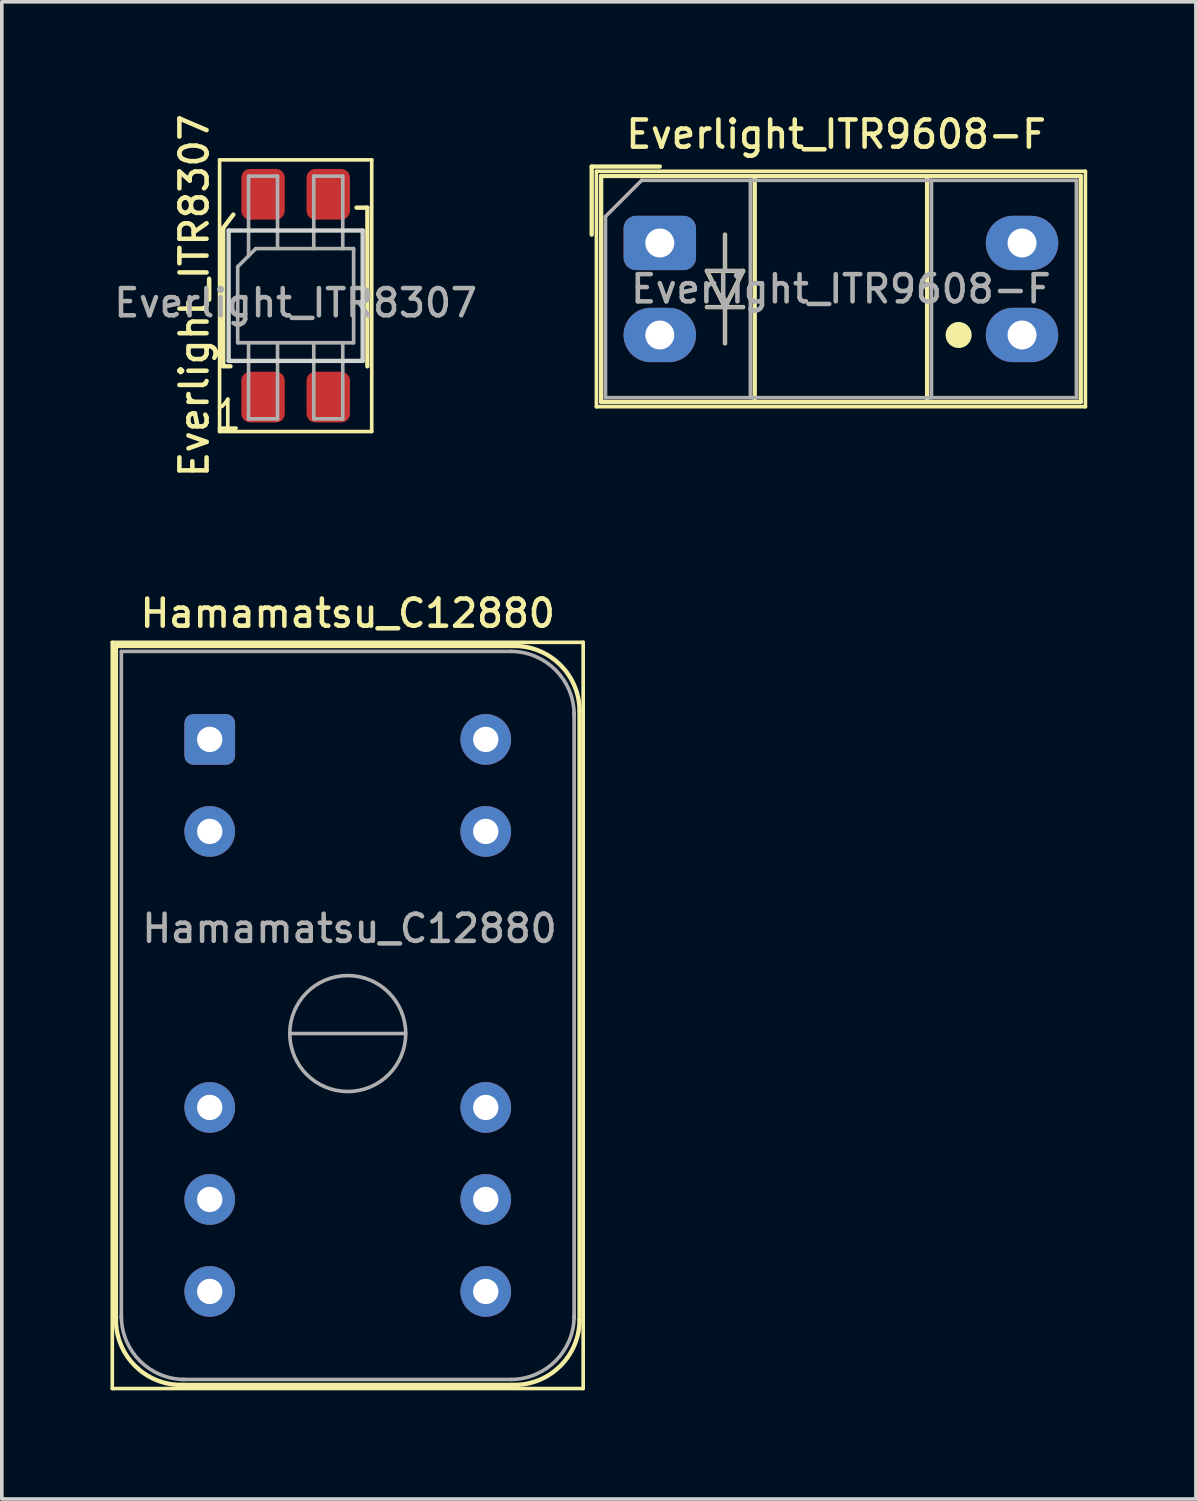
<source format=kicad_pcb>
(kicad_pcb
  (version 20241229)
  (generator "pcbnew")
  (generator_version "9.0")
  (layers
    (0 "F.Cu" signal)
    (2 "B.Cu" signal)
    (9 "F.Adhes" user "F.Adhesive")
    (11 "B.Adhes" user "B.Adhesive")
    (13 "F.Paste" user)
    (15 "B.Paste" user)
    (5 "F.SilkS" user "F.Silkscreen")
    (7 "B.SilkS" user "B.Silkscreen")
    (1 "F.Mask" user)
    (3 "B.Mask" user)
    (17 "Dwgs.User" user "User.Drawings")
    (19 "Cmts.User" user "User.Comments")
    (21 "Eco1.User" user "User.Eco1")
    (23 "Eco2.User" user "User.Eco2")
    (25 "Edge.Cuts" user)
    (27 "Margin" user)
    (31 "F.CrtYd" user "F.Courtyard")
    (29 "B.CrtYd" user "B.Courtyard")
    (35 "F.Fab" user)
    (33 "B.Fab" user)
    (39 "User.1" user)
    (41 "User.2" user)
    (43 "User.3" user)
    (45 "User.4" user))
  (footprint "Everlight_ITR9608-F"
    (layer "F.Cu")
    (at 15.165 3.658)
    (property "Reference" "Everlight_ITR9608-F" (at -1 -3 180) (layer "F.SilkS") (effects (font (size 0.75 0.75) (thickness 0.125)) (justify left)))
    (attr through_hole)
    (fp_line (start -1.88 -2.11) (end -1.88 -0.23) (stroke (width 0.12) (type solid)) (layer "F.SilkS"))
    (fp_line (start -1.88 -2.11) (end 0 -2.11) (stroke (width 0.12) (type solid)) (layer "F.SilkS"))
    (fp_line (start -1.75 -1.98) (end 11.75 -1.98) (stroke (width 0.1) (type solid)) (layer "F.SilkS"))
    (fp_line (start -1.75 4.52) (end -1.75 -1.98) (stroke (width 0.1) (type solid)) (layer "F.SilkS"))
    (fp_line (start -1.62 -1.85) (end 11.62 -1.85) (stroke (width 0.12) (type solid)) (layer "F.SilkS"))
    (fp_line (start -1.62 4.39) (end -1.62 -1.85) (stroke (width 0.12) (type solid)) (layer "F.SilkS"))
    (fp_line (start 1.3 0.77) (end 1.8 1.77) (stroke (width 0.12) (type solid)) (layer "F.SilkS"))
    (fp_line (start 1.8 0.77) (end 1.8 -0.23) (stroke (width 0.12) (type solid)) (layer "F.SilkS"))
    (fp_line (start 1.8 1.77) (end 1.8 2.77) (stroke (width 0.12) (type solid)) (layer "F.SilkS"))
    (fp_line (start 1.8 1.77) (end 2.3 0.77) (stroke (width 0.12) (type solid)) (layer "F.SilkS"))
    (fp_line (start 2.3 0.77) (end 1.3 0.77) (stroke (width 0.12) (type solid)) (layer "F.SilkS"))
    (fp_line (start 2.3 1.77) (end 1.3 1.77) (stroke (width 0.12) (type solid)) (layer "F.SilkS"))
    (fp_line (start 2.62 4.37) (end 2.62 -1.85) (stroke (width 0.12) (type solid)) (layer "F.SilkS"))
    (fp_line (start 7.38 4.37) (end 7.38 -1.85) (stroke (width 0.12) (type solid)) (layer "F.SilkS"))
    (fp_line (start 11.62 -1.85) (end 11.62 4.39) (stroke (width 0.12) (type solid)) (layer "F.SilkS"))
    (fp_line (start 11.62 4.39) (end -1.62 4.39) (stroke (width 0.12) (type solid)) (layer "F.SilkS"))
    (fp_line (start 11.75 -1.98) (end 11.75 4.52) (stroke (width 0.1) (type solid)) (layer "F.SilkS"))
    (fp_line (start 11.75 4.52) (end -1.75 4.52) (stroke (width 0.1) (type solid)) (layer "F.SilkS"))
    (fp_circle (center 8.25 2.54) (end 8.55 2.54) (stroke (width 0.12) (type solid)) (fill yes) (layer "F.SilkS"))
    (fp_line (start -1.5 -0.73) (end -0.5 -1.73) (stroke (width 0.1) (type solid)) (layer "F.Fab"))
    (fp_line (start -1.5 4.27) (end -1.5 -0.73) (stroke (width 0.1) (type solid)) (layer "F.Fab"))
    (fp_line (start -0.5 -1.73) (end 11.5 -1.73) (stroke (width 0.1) (type solid)) (layer "F.Fab"))
    (fp_line (start 1.3 0.77) (end 1.8 1.77) (stroke (width 0.1) (type solid)) (layer "F.Fab"))
    (fp_line (start 1.8 0.77) (end 1.8 -0.23) (stroke (width 0.1) (type solid)) (layer "F.Fab"))
    (fp_line (start 1.8 1.77) (end 1.8 2.77) (stroke (width 0.1) (type solid)) (layer "F.Fab"))
    (fp_line (start 1.8 1.77) (end 2.3 0.77) (stroke (width 0.1) (type solid)) (layer "F.Fab"))
    (fp_line (start 2.3 0.77) (end 1.3 0.77) (stroke (width 0.1) (type solid)) (layer "F.Fab"))
    (fp_line (start 2.3 1.77) (end 1.3 1.77) (stroke (width 0.1) (type solid)) (layer "F.Fab"))
    (fp_line (start 2.5 -1.73) (end 2.5 4.27) (stroke (width 0.1) (type solid)) (layer "F.Fab"))
    (fp_line (start 7.5 -1.73) (end 7.5 4.27) (stroke (width 0.1) (type solid)) (layer "F.Fab"))
    (fp_line (start 11.5 -1.73) (end 11.5 4.27) (stroke (width 0.1) (type solid)) (layer "F.Fab"))
    (fp_line (start 11.5 4.27) (end -1.5 4.27) (stroke (width 0.1) (type solid)) (layer "F.Fab"))
    (fp_text user "${REFERENCE}" (at 5 1.27 180) (layer "F.Fab") (effects (font (size 0.75 0.75) (thickness 0.125))))
    (pad "1" thru_hole roundrect (at 0 0 90) (size 1.5 2) (drill 0.8) (layers "*.Cu" "*.Mask") (roundrect_rratio 0.227))
    (pad "2" thru_hole oval (at 0 2.54 90) (size 1.5 2) (drill 0.8) (layers "*.Cu" "*.Mask"))
    (pad "3" thru_hole oval (at 10 2.54 90) (size 1.5 2) (drill 0.8) (layers "*.Cu" "*.Mask"))
    (pad "4" thru_hole oval (at 10 0 90) (size 1.5 2) (drill 0.8) (layers "*.Cu" "*.Mask")))
  (footprint "Everlight_ITR8307"
    (layer "F.Cu")
    (at 5.112 5.113)
    (property "Reference" "Everlight_ITR8307" (at -2.8 0 90) (layer "F.SilkS") (effects (font (size 0.75 0.75) (thickness 0.125))))
    (attr smd)
    (fp_line (start -2.1 -3.75) (end -2.1 3.75) (stroke (width 0.1) (type solid)) (layer "F.SilkS"))
    (fp_line (start -2.1 -3.75) (end 2.1 -3.75) (stroke (width 0.1) (type solid)) (layer "F.SilkS"))
    (fp_line (start -2 -1.87) (end -2 1.94) (stroke (width 0.12) (type default)) (layer "F.SilkS"))
    (fp_line (start -2 1.95) (end -1.8 1.95) (stroke (width 0.12) (type solid)) (layer "F.SilkS"))
    (fp_line (start -1.72 -2.24) (end -2 -1.87) (stroke (width 0.12) (type default)) (layer "F.SilkS"))
    (fp_line (start 1.98 -2.43) (end 1.68 -2.43) (stroke (width 0.12) (type default)) (layer "F.SilkS"))
    (fp_line (start 1.98 -2.43) (end 1.98 1.95) (stroke (width 0.12) (type default)) (layer "F.SilkS"))
    (fp_line (start 2.1 3.75) (end -2.1 3.75) (stroke (width 0.1) (type solid)) (layer "F.SilkS"))
    (fp_line (start 2.1 3.75) (end 2.1 -3.75) (stroke (width 0.1) (type solid)) (layer "F.SilkS"))
    (fp_line (start -1.85 -1.8) (end 1.85 -1.8) (stroke (width 0.12) (type solid)) (layer "Edge.Cuts"))
    (fp_line (start -1.85 1.8) (end -1.85 -1.8) (stroke (width 0.12) (type solid)) (layer "Edge.Cuts"))
    (fp_line (start 1.85 -1.8) (end 1.85 1.8) (stroke (width 0.12) (type solid)) (layer "Edge.Cuts"))
    (fp_line (start 1.85 1.8) (end -1.85 1.8) (stroke (width 0.12) (type solid)) (layer "Edge.Cuts"))
    (fp_line (start -1.6 -0.8) (end -1.1 -1.3) (stroke (width 0.1) (type solid)) (layer "F.Fab"))
    (fp_line (start -1.6 1.3) (end -1.6 -0.8) (stroke (width 0.1) (type solid)) (layer "F.Fab"))
    (fp_line (start -1.3 -3.3) (end -1.3 -1.1) (stroke (width 0.1) (type solid)) (layer "F.Fab"))
    (fp_line (start -1.3 -3.3) (end -0.5 -3.3) (stroke (width 0.1) (type solid)) (layer "F.Fab"))
    (fp_line (start -1.3 3.4) (end -1.3 1.3) (stroke (width 0.1) (type solid)) (layer "F.Fab"))
    (fp_line (start -1.1 -1.3) (end 1.6 -1.3) (stroke (width 0.1) (type solid)) (layer "F.Fab"))
    (fp_line (start -0.5 -3.3) (end -0.5 -1.3) (stroke (width 0.1) (type solid)) (layer "F.Fab"))
    (fp_line (start -0.5 1.3) (end -0.5 3.4) (stroke (width 0.1) (type solid)) (layer "F.Fab"))
    (fp_line (start -0.5 3.4) (end -1.3 3.4) (stroke (width 0.1) (type solid)) (layer "F.Fab"))
    (fp_line (start 0.5 -3.3) (end 1.3 -3.3) (stroke (width 0.1) (type solid)) (layer "F.Fab"))
    (fp_line (start 0.5 -1.3) (end 0.5 -3.3) (stroke (width 0.1) (type solid)) (layer "F.Fab"))
    (fp_line (start 0.5 1.3) (end 0.5 3.4) (stroke (width 0.1) (type solid)) (layer "F.Fab"))
    (fp_line (start 0.5 3.4) (end 1.3 3.4) (stroke (width 0.1) (type solid)) (layer "F.Fab"))
    (fp_line (start 1.3 -3.3) (end 1.3 -1.3) (stroke (width 0.1) (type solid)) (layer "F.Fab"))
    (fp_line (start 1.3 3.4) (end 1.3 1.3) (stroke (width 0.1) (type solid)) (layer "F.Fab"))
    (fp_line (start 1.6 -1.3) (end 1.6 1.3) (stroke (width 0.1) (type solid)) (layer "F.Fab"))
    (fp_line (start 1.6 1.3) (end -1.6 1.3) (stroke (width 0.1) (type solid)) (layer "F.Fab"))
    (fp_text user "1" (at -2.32 3.76 0) (unlocked yes) (layer "F.SilkS") (effects (font (size 0.8 0.8) (thickness 0.1)) (justify left bottom)))
    (fp_text user "${REFERENCE}" (at 0 0.2 0) (layer "F.Fab") (effects (font (size 0.75 0.75) (thickness 0.125))))
    (pad "1" smd roundrect (at -0.9 2.8) (size 1.2 1.4) (layers "F.Cu" "F.Mask" "F.Paste") (roundrect_rratio 0.2))
    (pad "2" smd roundrect (at -0.9 -2.8) (size 1.2 1.4) (layers "F.Cu" "F.Mask" "F.Paste") (roundrect_rratio 0.2))
    (pad "3" smd roundrect (at 0.9 2.8) (size 1.2 1.4) (layers "F.Cu" "F.Mask" "F.Paste") (roundrect_rratio 0.2))
    (pad "4" smd roundrect (at 0.9 -2.8) (size 1.2 1.4) (layers "F.Cu" "F.Mask" "F.Paste") (roundrect_rratio 0.2)))
  (footprint "Hamamatsu_C12880"
    (layer "F.Cu")
    (at 2.74 17.363)
    (property "Reference" "Hamamatsu_C12880" (at 3.81 -3.48 0) (layer "F.SilkS") (effects (font (size 0.75 0.75) (thickness 0.125))))
    (attr through_hole)
    (fp_line (start -2.69 -2.68) (end -2.69 17.92) (stroke (width 0.1) (type solid)) (layer "F.SilkS"))
    (fp_line (start -2.69 -2.68) (end 10.31 -2.68) (stroke (width 0.1) (type solid)) (layer "F.SilkS"))
    (fp_line (start -2.59 -2.58) (end -2.59 16.02) (stroke (width 0.12) (type solid)) (layer "F.SilkS"))
    (fp_line (start -0.79 17.82) (end 8.41 17.82) (stroke (width 0.12) (type solid)) (layer "F.SilkS"))
    (fp_line (start 8.41 -2.58) (end -2.59 -2.58) (stroke (width 0.12) (type solid)) (layer "F.SilkS"))
    (fp_line (start 10.21 16.02) (end 10.21 -0.78) (stroke (width 0.12) (type solid)) (layer "F.SilkS"))
    (fp_line (start 10.31 17.92) (end -2.69 17.92) (stroke (width 0.1) (type solid)) (layer "F.SilkS"))
    (fp_line (start 10.31 17.92) (end 10.31 -2.68) (stroke (width 0.1) (type solid)) (layer "F.SilkS"))
    (fp_arc (start -0.79 17.82) (mid -2.062792 17.292792) (end -2.59 16.02) (stroke (width 0.12) (type solid)) (layer "F.SilkS"))
    (fp_arc (start 8.41 -2.58) (mid 9.682792 -2.052792) (end 10.21 -0.78) (stroke (width 0.12) (type solid)) (layer "F.SilkS"))
    (fp_arc (start 10.21 16.02) (mid 9.682792 17.292792) (end 8.41 17.82) (stroke (width 0.12) (type solid)) (layer "F.SilkS"))
    (fp_line (start -2.44 -2.43) (end -2.44 15.97) (stroke (width 0.1) (type solid)) (layer "F.Fab"))
    (fp_line (start -0.74 17.67) (end 8.31 17.67) (stroke (width 0.1) (type solid)) (layer "F.Fab"))
    (fp_line (start 2.21 8.12) (end 5.41 8.12) (stroke (width 0.1) (type solid)) (layer "F.Fab"))
    (fp_line (start 8.31 -2.43) (end -2.44 -2.43) (stroke (width 0.1) (type solid)) (layer "F.Fab"))
    (fp_line (start 10.06 15.97) (end 10.06 -0.73) (stroke (width 0.1) (type solid)) (layer "F.Fab"))
    (fp_arc (start -0.69 17.67) (mid -1.927437 17.157437) (end -2.44 15.92) (stroke (width 0.1) (type solid)) (layer "F.Fab"))
    (fp_arc (start 8.31 -2.43) (mid 9.547437 -1.917437) (end 10.06 -0.68) (stroke (width 0.1) (type solid)) (layer "F.Fab"))
    (fp_arc (start 10.06 15.92) (mid 9.547437 17.157437) (end 8.31 17.67) (stroke (width 0.1) (type solid)) (layer "F.Fab"))
    (fp_circle (center 3.81 8.12) (end 5.41 8.12) (stroke (width 0.1) (type solid)) (fill no) (layer "F.Fab"))
    (fp_text user "${REFERENCE}" (at 3.86 5.22 0) (layer "F.Fab") (effects (font (size 0.75 0.75) (thickness 0.125))))
    (pad "1" thru_hole roundrect (at 0 0) (size 1.4 1.4) (drill 0.7) (layers "*.Cu" "*.Mask") (roundrect_rratio 0.178))
    (pad "2" thru_hole circle (at 0 2.54) (size 1.4 1.4) (drill 0.7) (layers "*.Cu" "*.Mask"))
    (pad "3" thru_hole circle (at 0 10.16) (size 1.4 1.4) (drill 0.7) (layers "*.Cu" "*.Mask"))
    (pad "4" thru_hole circle (at 0 12.7) (size 1.4 1.4) (drill 0.7) (layers "*.Cu" "*.Mask"))
    (pad "5" thru_hole circle (at 0 15.24) (size 1.4 1.4) (drill 0.7) (layers "*.Cu" "*.Mask"))
    (pad "6" thru_hole circle (at 7.62 15.24) (size 1.4 1.4) (drill 0.7) (layers "*.Cu" "*.Mask"))
    (pad "7" thru_hole circle (at 7.62 12.7) (size 1.4 1.4) (drill 0.7) (layers "*.Cu" "*.Mask"))
    (pad "8" thru_hole circle (at 7.62 10.16) (size 1.4 1.4) (drill 0.7) (layers "*.Cu" "*.Mask"))
    (pad "9" thru_hole circle (at 7.62 2.54) (size 1.4 1.4) (drill 0.7) (layers "*.Cu" "*.Mask"))
    (pad "10" thru_hole circle (at 7.62 0) (size 1.4 1.4) (drill 0.7) (layers "*.Cu" "*.Mask")))
  (gr_rect
    (start -3 -3)
    (end 29.965 38.333)
    (stroke (width 0.1) (type default))
    (fill no)
    (layer "Edge.Cuts")))
</source>
